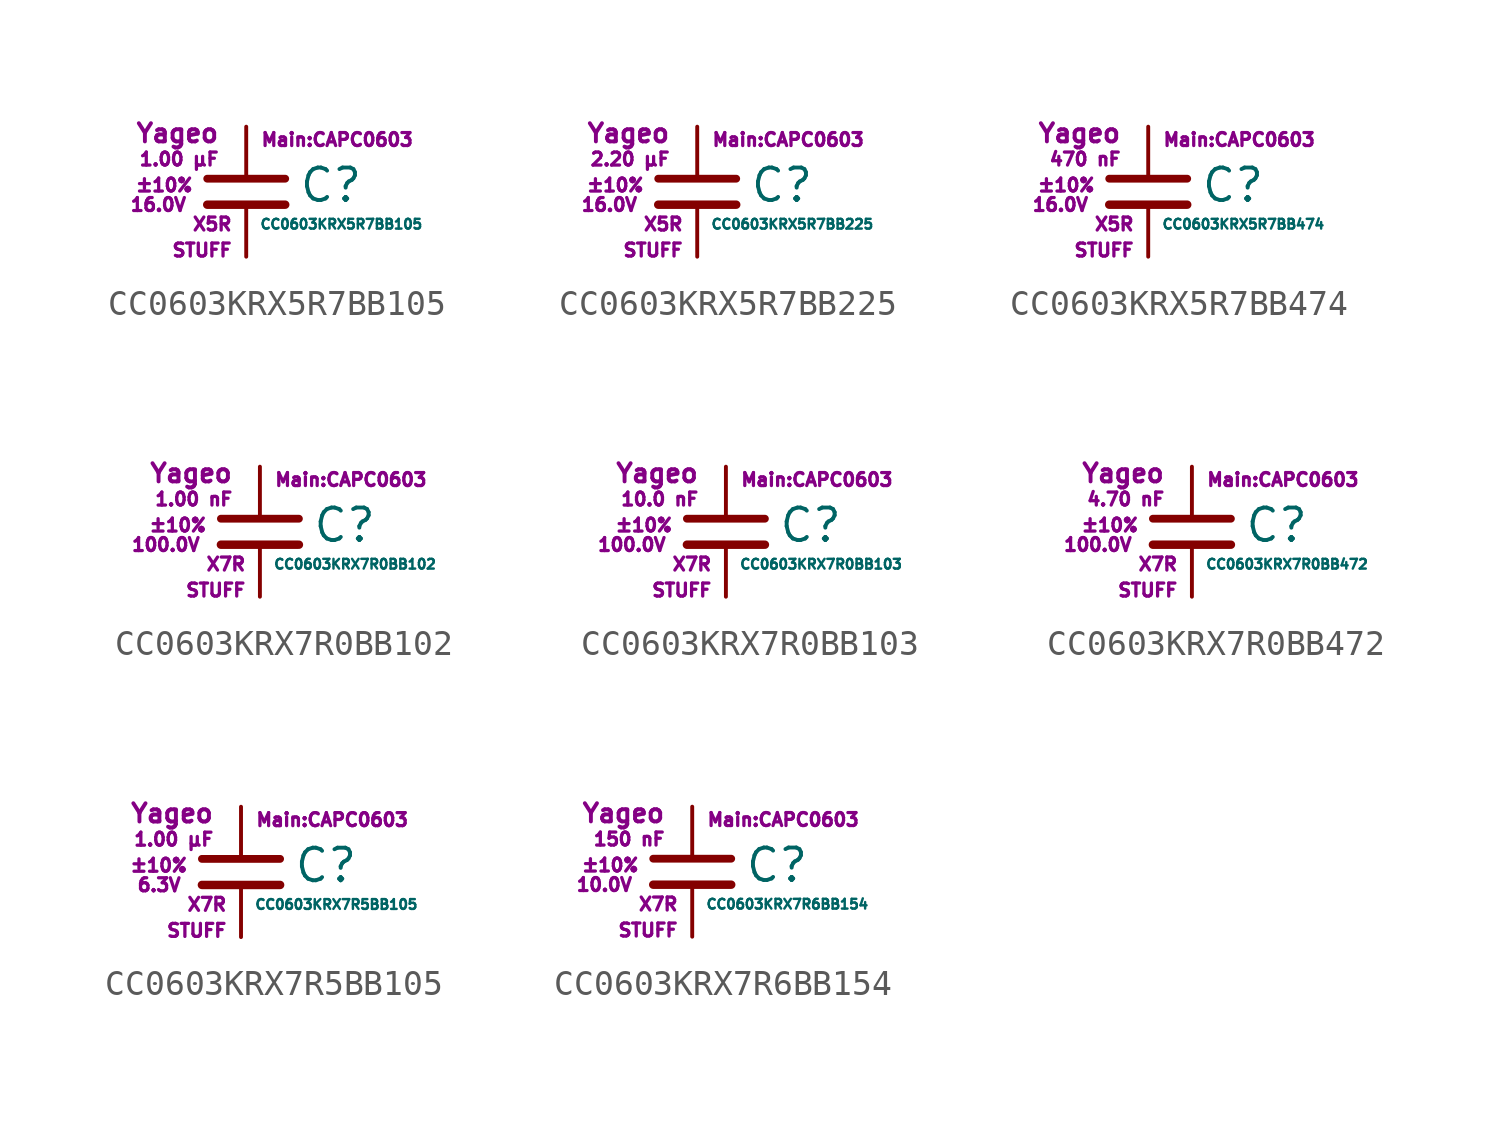
<source format=kicad_sym>
(kicad_symbol_lib
  (version 20211014)
  (generator kicad_symbol_editor)
  (symbol "CC0603KRX5R7BB105"
    (pin_numbers hide)
    (pin_names
      (offset 0.254) hide)
    (property "Reference" "C"
      (at 2.032 0.254 0)
      (effects (font (size 1.27 1.27)) (justify left)))
    (property "Value" "CC0603KRX5R7BB105"
      (at 0.508 -1.27 0)
      (effects (font (size 0.381 0.381)) (justify left)))
    (property "Footprint" "Main:CAPC0603"
      (at 3.556 2.032 0)
      (effects (font (size 0.508 0.508))))
    (property "Datasheet" ""
      (at 0.762 0.508 0)
      (effects (font (size 1.27 1.27))))
    (property "Manufacturer" "Yageo"
      (at -1.016 2.286 0)
      (effects (font (size 0.711 0.711)) (justify right)))
    (property "SKU" "STUFF"
      (at -0.508 -2.286 0)
      (effects (font (size 0.508 0.508)) (justify right)))
    (property "C" "1.00 µF"
      (at -1.016 1.27 0)
      (effects (font (size 0.508 0.508)) (justify right)))
    (property "Tol" "±10%"
      (at -2.032 0.254 0)
      (effects (font (size 0.508 0.508)) (justify right)))
    (property "Vmax" "16.0V"
      (at -2.286 -0.508 0)
      (effects (font (size 0.508 0.508)) (justify right)))
    (property "Type" "X5R"
      (at -0.508 -1.27 0)
      (effects (font (size 0.508 0.508)) (justify right)))
    (symbol "CC0603KRX5R7BB105_0_1"
      (polyline (pts (xy -1.524 -0.508) (xy 1.524 -0.508)) (stroke (width 0.33) (type default) (color 0 0 0 0)) (fill (type none)))
      (polyline (pts (xy -1.524 0.508) (xy 1.524 0.508)) (stroke (width 0.305) (type default) (color 0 0 0 0)) (fill (type none))))
    (symbol "CC0603KRX5R7BB105_1_1"
      (pin passive line (at 0 2.54 270) (length 1.905) (name "~" (effects (font (size 1.016 1.016)))) (number "1" (effects (font (size 1.016 1.016)))))
      (pin passive line (at 0 -2.54 90) (length 2.032) (name "~" (effects (font (size 1.016 1.016)))) (number "2" (effects (font (size 1.016 1.016)))))))
  (symbol "CC0603KRX5R7BB225"
    (pin_numbers hide)
    (pin_names
      (offset 0.254) hide)
    (property "Reference" "C"
      (at 2.032 0.254 0)
      (effects (font (size 1.27 1.27)) (justify left)))
    (property "Value" "CC0603KRX5R7BB225"
      (at 0.508 -1.27 0)
      (effects (font (size 0.381 0.381)) (justify left)))
    (property "Footprint" "Main:CAPC0603"
      (at 3.556 2.032 0)
      (effects (font (size 0.508 0.508))))
    (property "Datasheet" ""
      (at 0.762 0.508 0)
      (effects (font (size 1.27 1.27))))
    (property "Manufacturer" "Yageo"
      (at -1.016 2.286 0)
      (effects (font (size 0.711 0.711)) (justify right)))
    (property "SKU" "STUFF"
      (at -0.508 -2.286 0)
      (effects (font (size 0.508 0.508)) (justify right)))
    (property "C" "2.20 µF"
      (at -1.016 1.27 0)
      (effects (font (size 0.508 0.508)) (justify right)))
    (property "Tol" "±10%"
      (at -2.032 0.254 0)
      (effects (font (size 0.508 0.508)) (justify right)))
    (property "Vmax" "16.0V"
      (at -2.286 -0.508 0)
      (effects (font (size 0.508 0.508)) (justify right)))
    (property "Type" "X5R"
      (at -0.508 -1.27 0)
      (effects (font (size 0.508 0.508)) (justify right)))
    (symbol "CC0603KRX5R7BB225_0_1"
      (polyline (pts (xy -1.524 -0.508) (xy 1.524 -0.508)) (stroke (width 0.33) (type default) (color 0 0 0 0)) (fill (type none)))
      (polyline (pts (xy -1.524 0.508) (xy 1.524 0.508)) (stroke (width 0.305) (type default) (color 0 0 0 0)) (fill (type none))))
    (symbol "CC0603KRX5R7BB225_1_1"
      (pin passive line (at 0 2.54 270) (length 1.905) (name "~" (effects (font (size 1.016 1.016)))) (number "1" (effects (font (size 1.016 1.016)))))
      (pin passive line (at 0 -2.54 90) (length 2.032) (name "~" (effects (font (size 1.016 1.016)))) (number "2" (effects (font (size 1.016 1.016)))))))
  (symbol "CC0603KRX5R7BB474"
    (pin_numbers hide)
    (pin_names
      (offset 0.254) hide)
    (property "Reference" "C"
      (at 2.032 0.254 0)
      (effects (font (size 1.27 1.27)) (justify left)))
    (property "Value" "CC0603KRX5R7BB474"
      (at 0.508 -1.27 0)
      (effects (font (size 0.381 0.381)) (justify left)))
    (property "Footprint" "Main:CAPC0603"
      (at 3.556 2.032 0)
      (effects (font (size 0.508 0.508))))
    (property "Datasheet" ""
      (at 0.762 0.508 0)
      (effects (font (size 1.27 1.27))))
    (property "Manufacturer" "Yageo"
      (at -1.016 2.286 0)
      (effects (font (size 0.711 0.711)) (justify right)))
    (property "SKU" "STUFF"
      (at -0.508 -2.286 0)
      (effects (font (size 0.508 0.508)) (justify right)))
    (property "C" "470 nF"
      (at -1.016 1.27 0)
      (effects (font (size 0.508 0.508)) (justify right)))
    (property "Tol" "±10%"
      (at -2.032 0.254 0)
      (effects (font (size 0.508 0.508)) (justify right)))
    (property "Vmax" "16.0V"
      (at -2.286 -0.508 0)
      (effects (font (size 0.508 0.508)) (justify right)))
    (property "Type" "X5R"
      (at -0.508 -1.27 0)
      (effects (font (size 0.508 0.508)) (justify right)))
    (symbol "CC0603KRX5R7BB474_0_1"
      (polyline (pts (xy -1.524 -0.508) (xy 1.524 -0.508)) (stroke (width 0.33) (type default) (color 0 0 0 0)) (fill (type none)))
      (polyline (pts (xy -1.524 0.508) (xy 1.524 0.508)) (stroke (width 0.305) (type default) (color 0 0 0 0)) (fill (type none))))
    (symbol "CC0603KRX5R7BB474_1_1"
      (pin passive line (at 0 2.54 270) (length 1.905) (name "~" (effects (font (size 1.016 1.016)))) (number "1" (effects (font (size 1.016 1.016)))))
      (pin passive line (at 0 -2.54 90) (length 2.032) (name "~" (effects (font (size 1.016 1.016)))) (number "2" (effects (font (size 1.016 1.016)))))))
  (symbol "CC0603KRX7R0BB102"
    (pin_numbers hide)
    (pin_names
      (offset 0.254) hide)
    (property "Reference" "C"
      (at 2.032 0.254 0)
      (effects (font (size 1.27 1.27)) (justify left)))
    (property "Value" "CC0603KRX7R0BB102"
      (at 0.508 -1.27 0)
      (effects (font (size 0.381 0.381)) (justify left)))
    (property "Footprint" "Main:CAPC0603"
      (at 3.556 2.032 0)
      (effects (font (size 0.508 0.508))))
    (property "Datasheet" ""
      (at 0.762 0.508 0)
      (effects (font (size 1.27 1.27))))
    (property "Manufacturer" "Yageo"
      (at -1.016 2.286 0)
      (effects (font (size 0.711 0.711)) (justify right)))
    (property "SKU" "STUFF"
      (at -0.508 -2.286 0)
      (effects (font (size 0.508 0.508)) (justify right)))
    (property "C" "1.00 nF"
      (at -1.016 1.27 0)
      (effects (font (size 0.508 0.508)) (justify right)))
    (property "Tol" "±10%"
      (at -2.032 0.254 0)
      (effects (font (size 0.508 0.508)) (justify right)))
    (property "Vmax" "100.0V"
      (at -2.286 -0.508 0)
      (effects (font (size 0.508 0.508)) (justify right)))
    (property "Type" "X7R"
      (at -0.508 -1.27 0)
      (effects (font (size 0.508 0.508)) (justify right)))
    (symbol "CC0603KRX7R0BB102_0_1"
      (polyline (pts (xy -1.524 -0.508) (xy 1.524 -0.508)) (stroke (width 0.33) (type default) (color 0 0 0 0)) (fill (type none)))
      (polyline (pts (xy -1.524 0.508) (xy 1.524 0.508)) (stroke (width 0.305) (type default) (color 0 0 0 0)) (fill (type none))))
    (symbol "CC0603KRX7R0BB102_1_1"
      (pin passive line (at 0 2.54 270) (length 1.905) (name "~" (effects (font (size 1.016 1.016)))) (number "1" (effects (font (size 1.016 1.016)))))
      (pin passive line (at 0 -2.54 90) (length 2.032) (name "~" (effects (font (size 1.016 1.016)))) (number "2" (effects (font (size 1.016 1.016)))))))
  (symbol "CC0603KRX7R0BB103"
    (pin_numbers hide)
    (pin_names
      (offset 0.254) hide)
    (property "Reference" "C"
      (at 2.032 0.254 0)
      (effects (font (size 1.27 1.27)) (justify left)))
    (property "Value" "CC0603KRX7R0BB103"
      (at 0.508 -1.27 0)
      (effects (font (size 0.381 0.381)) (justify left)))
    (property "Footprint" "Main:CAPC0603"
      (at 3.556 2.032 0)
      (effects (font (size 0.508 0.508))))
    (property "Datasheet" ""
      (at 0.762 0.508 0)
      (effects (font (size 1.27 1.27))))
    (property "Manufacturer" "Yageo"
      (at -1.016 2.286 0)
      (effects (font (size 0.711 0.711)) (justify right)))
    (property "SKU" "STUFF"
      (at -0.508 -2.286 0)
      (effects (font (size 0.508 0.508)) (justify right)))
    (property "C" "10.0 nF"
      (at -1.016 1.27 0)
      (effects (font (size 0.508 0.508)) (justify right)))
    (property "Tol" "±10%"
      (at -2.032 0.254 0)
      (effects (font (size 0.508 0.508)) (justify right)))
    (property "Vmax" "100.0V"
      (at -2.286 -0.508 0)
      (effects (font (size 0.508 0.508)) (justify right)))
    (property "Type" "X7R"
      (at -0.508 -1.27 0)
      (effects (font (size 0.508 0.508)) (justify right)))
    (symbol "CC0603KRX7R0BB103_0_1"
      (polyline (pts (xy -1.524 -0.508) (xy 1.524 -0.508)) (stroke (width 0.33) (type default) (color 0 0 0 0)) (fill (type none)))
      (polyline (pts (xy -1.524 0.508) (xy 1.524 0.508)) (stroke (width 0.305) (type default) (color 0 0 0 0)) (fill (type none))))
    (symbol "CC0603KRX7R0BB103_1_1"
      (pin passive line (at 0 2.54 270) (length 1.905) (name "~" (effects (font (size 1.016 1.016)))) (number "1" (effects (font (size 1.016 1.016)))))
      (pin passive line (at 0 -2.54 90) (length 2.032) (name "~" (effects (font (size 1.016 1.016)))) (number "2" (effects (font (size 1.016 1.016)))))))
  (symbol "CC0603KRX7R0BB472"
    (pin_numbers hide)
    (pin_names
      (offset 0.254) hide)
    (property "Reference" "C"
      (at 2.032 0.254 0)
      (effects (font (size 1.27 1.27)) (justify left)))
    (property "Value" "CC0603KRX7R0BB472"
      (at 0.508 -1.27 0)
      (effects (font (size 0.381 0.381)) (justify left)))
    (property "Footprint" "Main:CAPC0603"
      (at 3.556 2.032 0)
      (effects (font (size 0.508 0.508))))
    (property "Datasheet" ""
      (at 0.762 0.508 0)
      (effects (font (size 1.27 1.27))))
    (property "Manufacturer" "Yageo"
      (at -1.016 2.286 0)
      (effects (font (size 0.711 0.711)) (justify right)))
    (property "SKU" "STUFF"
      (at -0.508 -2.286 0)
      (effects (font (size 0.508 0.508)) (justify right)))
    (property "C" "4.70 nF"
      (at -1.016 1.27 0)
      (effects (font (size 0.508 0.508)) (justify right)))
    (property "Tol" "±10%"
      (at -2.032 0.254 0)
      (effects (font (size 0.508 0.508)) (justify right)))
    (property "Vmax" "100.0V"
      (at -2.286 -0.508 0)
      (effects (font (size 0.508 0.508)) (justify right)))
    (property "Type" "X7R"
      (at -0.508 -1.27 0)
      (effects (font (size 0.508 0.508)) (justify right)))
    (symbol "CC0603KRX7R0BB472_0_1"
      (polyline (pts (xy -1.524 -0.508) (xy 1.524 -0.508)) (stroke (width 0.33) (type default) (color 0 0 0 0)) (fill (type none)))
      (polyline (pts (xy -1.524 0.508) (xy 1.524 0.508)) (stroke (width 0.305) (type default) (color 0 0 0 0)) (fill (type none))))
    (symbol "CC0603KRX7R0BB472_1_1"
      (pin passive line (at 0 2.54 270) (length 1.905) (name "~" (effects (font (size 1.016 1.016)))) (number "1" (effects (font (size 1.016 1.016)))))
      (pin passive line (at 0 -2.54 90) (length 2.032) (name "~" (effects (font (size 1.016 1.016)))) (number "2" (effects (font (size 1.016 1.016)))))))
  (symbol "CC0603KRX7R5BB105"
    (pin_numbers hide)
    (pin_names
      (offset 0.254) hide)
    (property "Reference" "C"
      (at 2.032 0.254 0)
      (effects (font (size 1.27 1.27)) (justify left)))
    (property "Value" "CC0603KRX7R5BB105"
      (at 0.508 -1.27 0)
      (effects (font (size 0.381 0.381)) (justify left)))
    (property "Footprint" "Main:CAPC0603"
      (at 3.556 2.032 0)
      (effects (font (size 0.508 0.508))))
    (property "Datasheet" ""
      (at 0.762 0.508 0)
      (effects (font (size 1.27 1.27))))
    (property "Manufacturer" "Yageo"
      (at -1.016 2.286 0)
      (effects (font (size 0.711 0.711)) (justify right)))
    (property "SKU" "STUFF"
      (at -0.508 -2.286 0)
      (effects (font (size 0.508 0.508)) (justify right)))
    (property "C" "1.00 µF"
      (at -1.016 1.27 0)
      (effects (font (size 0.508 0.508)) (justify right)))
    (property "Tol" "±10%"
      (at -2.032 0.254 0)
      (effects (font (size 0.508 0.508)) (justify right)))
    (property "Vmax" "6.3V"
      (at -2.286 -0.508 0)
      (effects (font (size 0.508 0.508)) (justify right)))
    (property "Type" "X7R"
      (at -0.508 -1.27 0)
      (effects (font (size 0.508 0.508)) (justify right)))
    (symbol "CC0603KRX7R5BB105_0_1"
      (polyline (pts (xy -1.524 -0.508) (xy 1.524 -0.508)) (stroke (width 0.33) (type default) (color 0 0 0 0)) (fill (type none)))
      (polyline (pts (xy -1.524 0.508) (xy 1.524 0.508)) (stroke (width 0.305) (type default) (color 0 0 0 0)) (fill (type none))))
    (symbol "CC0603KRX7R5BB105_1_1"
      (pin passive line (at 0 2.54 270) (length 1.905) (name "~" (effects (font (size 1.016 1.016)))) (number "1" (effects (font (size 1.016 1.016)))))
      (pin passive line (at 0 -2.54 90) (length 2.032) (name "~" (effects (font (size 1.016 1.016)))) (number "2" (effects (font (size 1.016 1.016)))))))
  (symbol "CC0603KRX7R6BB154"
    (pin_numbers hide)
    (pin_names
      (offset 0.254) hide)
    (property "Reference" "C"
      (at 2.032 0.254 0)
      (effects (font (size 1.27 1.27)) (justify left)))
    (property "Value" "CC0603KRX7R6BB154"
      (at 0.508 -1.27 0)
      (effects (font (size 0.381 0.381)) (justify left)))
    (property "Footprint" "Main:CAPC0603"
      (at 3.556 2.032 0)
      (effects (font (size 0.508 0.508))))
    (property "Datasheet" ""
      (at 0.762 0.508 0)
      (effects (font (size 1.27 1.27))))
    (property "Manufacturer" "Yageo"
      (at -1.016 2.286 0)
      (effects (font (size 0.711 0.711)) (justify right)))
    (property "SKU" "STUFF"
      (at -0.508 -2.286 0)
      (effects (font (size 0.508 0.508)) (justify right)))
    (property "C" "150 nF"
      (at -1.016 1.27 0)
      (effects (font (size 0.508 0.508)) (justify right)))
    (property "Tol" "±10%"
      (at -2.032 0.254 0)
      (effects (font (size 0.508 0.508)) (justify right)))
    (property "Vmax" "10.0V"
      (at -2.286 -0.508 0)
      (effects (font (size 0.508 0.508)) (justify right)))
    (property "Type" "X7R"
      (at -0.508 -1.27 0)
      (effects (font (size 0.508 0.508)) (justify right)))
    (symbol "CC0603KRX7R6BB154_0_1"
      (polyline (pts (xy -1.524 -0.508) (xy 1.524 -0.508)) (stroke (width 0.33) (type default) (color 0 0 0 0)) (fill (type none)))
      (polyline (pts (xy -1.524 0.508) (xy 1.524 0.508)) (stroke (width 0.305) (type default) (color 0 0 0 0)) (fill (type none))))
    (symbol "CC0603KRX7R6BB154_1_1"
      (pin passive line (at 0 2.54 270) (length 1.905) (name "~" (effects (font (size 1.016 1.016)))) (number "1" (effects (font (size 1.016 1.016)))))
      (pin passive line (at 0 -2.54 90) (length 2.032) (name "~" (effects (font (size 1.016 1.016)))) (number "2" (effects (font (size 1.016 1.016))))))))
</source>
